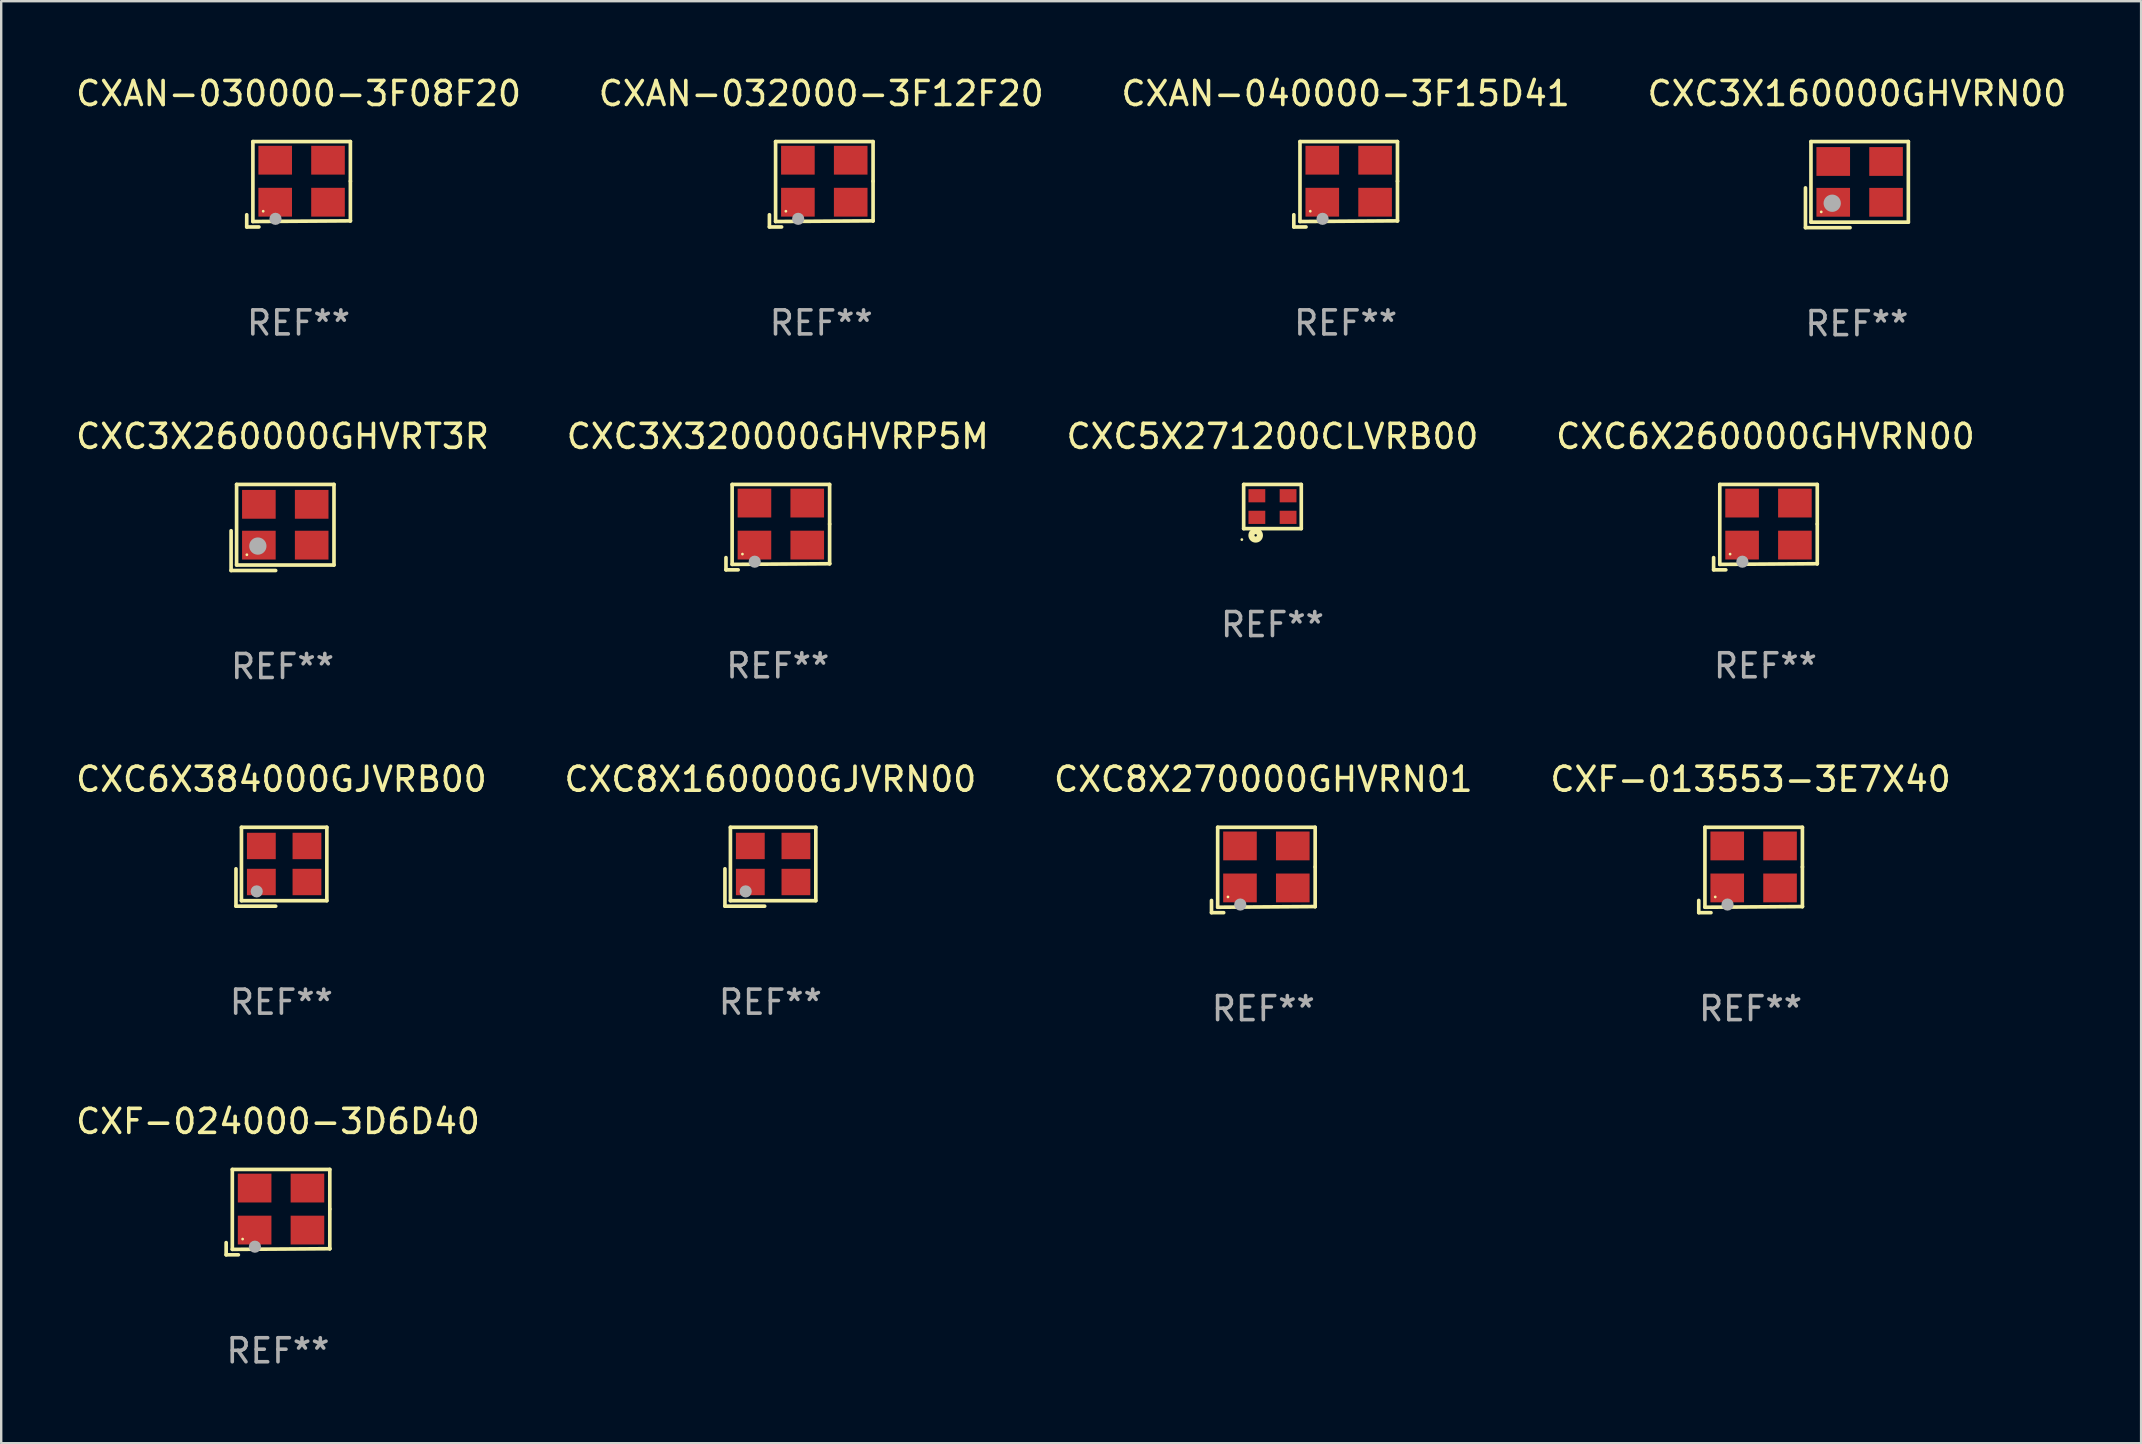
<source format=kicad_pcb>
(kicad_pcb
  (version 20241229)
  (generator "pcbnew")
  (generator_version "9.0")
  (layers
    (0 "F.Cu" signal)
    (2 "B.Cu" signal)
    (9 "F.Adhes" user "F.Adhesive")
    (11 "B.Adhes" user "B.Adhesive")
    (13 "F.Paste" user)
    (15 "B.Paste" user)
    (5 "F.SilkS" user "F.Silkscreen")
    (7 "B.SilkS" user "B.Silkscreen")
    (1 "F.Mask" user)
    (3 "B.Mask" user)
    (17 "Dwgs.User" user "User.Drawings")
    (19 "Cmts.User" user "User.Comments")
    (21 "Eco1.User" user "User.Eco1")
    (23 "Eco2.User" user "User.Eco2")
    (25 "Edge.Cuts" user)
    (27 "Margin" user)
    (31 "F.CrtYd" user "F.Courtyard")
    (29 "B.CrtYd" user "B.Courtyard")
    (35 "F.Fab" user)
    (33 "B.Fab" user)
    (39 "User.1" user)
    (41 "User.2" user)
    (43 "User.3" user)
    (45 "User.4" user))
  (footprint "CXF-024000-3D6D40"
    (layer "F.Cu")
    (at 8.53 47.444)
    (property "Reference" "CXF-024000-3D6D40" (at 0 -3.778 0) (layer "F.SilkS") (effects (font (size 1 1) (thickness 0.15))))
    (attr through_hole)
    (fp_line (start -2.159 1.27) (end -2.159 1.778) (stroke (width 0.152) (type solid)) (layer "F.SilkS"))
    (fp_line (start -2.159 1.778) (end -1.651 1.778) (stroke (width 0.152) (type solid)) (layer "F.SilkS"))
    (fp_line (start -1.902 -1.778) (end 2.159 -1.778) (stroke (width 0.152) (type solid)) (layer "F.SilkS"))
    (fp_line (start -1.902 1.552) (end -1.902 -1.778) (stroke (width 0.152) (type solid)) (layer "F.SilkS"))
    (fp_line (start 2.159 -1.778) (end 2.159 -0.127) (stroke (width 0.152) (type solid)) (layer "F.SilkS"))
    (fp_line (start 2.159 -0.127) (end 2.159 1.524) (stroke (width 0.152) (type solid)) (layer "F.SilkS"))
    (fp_line (start 2.159 1.524) (end -1.902 1.552) (stroke (width 0.152) (type solid)) (layer "F.SilkS"))
    (fp_line (start 2.159 1.524) (end 2.159 1.524) (stroke (width 0.152) (type solid)) (layer "F.SilkS"))
    (fp_circle (center -1.473 1.123) (end -1.443 1.123) (stroke (width 0.06) (type solid)) (fill no) (layer "F.SilkS"))
    (fp_circle (center -0.961 1.44) (end -0.834 1.44) (stroke (width 0.254) (type solid)) (fill no) (layer "F.Fab"))
    (fp_text user "REF**" (at 0 5.778 0) (layer "F.Fab") (effects (font (size 1 1) (thickness 0.15))))
    (pad "1" smd rect (at -0.973 0.748) (size 1.4 1.2) (layers "F.Cu" "F.Mask" "F.Paste"))
    (pad "2" smd rect (at 1.227 0.748) (size 1.4 1.2) (layers "F.Cu" "F.Mask" "F.Paste"))
    (pad "3" smd rect (at 1.227 -1.002) (size 1.4 1.2) (layers "F.Cu" "F.Mask" "F.Paste"))
    (pad "4" smd rect (at -0.973 -1.002) (size 1.4 1.2) (layers "F.Cu" "F.Mask" "F.Paste")))
  (footprint "CXC3X320000GHVRP5M"
    (layer "F.Cu")
    (at 29.351 18.909)
    (property "Reference" "CXC3X320000GHVRP5M" (at 0 -3.778 0) (layer "F.SilkS") (effects (font (size 1 1) (thickness 0.15))))
    (attr through_hole)
    (fp_line (start -2.159 1.27) (end -2.159 1.778) (stroke (width 0.152) (type solid)) (layer "F.SilkS"))
    (fp_line (start -2.159 1.778) (end -1.651 1.778) (stroke (width 0.152) (type solid)) (layer "F.SilkS"))
    (fp_line (start -1.902 -1.778) (end 2.159 -1.778) (stroke (width 0.152) (type solid)) (layer "F.SilkS"))
    (fp_line (start -1.902 1.552) (end -1.902 -1.778) (stroke (width 0.152) (type solid)) (layer "F.SilkS"))
    (fp_line (start 2.159 -1.778) (end 2.159 -0.127) (stroke (width 0.152) (type solid)) (layer "F.SilkS"))
    (fp_line (start 2.159 -0.127) (end 2.159 1.524) (stroke (width 0.152) (type solid)) (layer "F.SilkS"))
    (fp_line (start 2.159 1.524) (end -1.902 1.552) (stroke (width 0.152) (type solid)) (layer "F.SilkS"))
    (fp_line (start 2.159 1.524) (end 2.159 1.524) (stroke (width 0.152) (type solid)) (layer "F.SilkS"))
    (fp_circle (center -1.473 1.123) (end -1.443 1.123) (stroke (width 0.06) (type solid)) (fill no) (layer "F.SilkS"))
    (fp_circle (center -0.961 1.44) (end -0.834 1.44) (stroke (width 0.254) (type solid)) (fill no) (layer "F.Fab"))
    (fp_text user "REF**" (at 0 5.778 0) (layer "F.Fab") (effects (font (size 1 1) (thickness 0.15))))
    (pad "1" smd rect (at -0.973 0.748) (size 1.4 1.2) (layers "F.Cu" "F.Mask" "F.Paste"))
    (pad "2" smd rect (at 1.227 0.748) (size 1.4 1.2) (layers "F.Cu" "F.Mask" "F.Paste"))
    (pad "3" smd rect (at 1.227 -1.002) (size 1.4 1.2) (layers "F.Cu" "F.Mask" "F.Paste"))
    (pad "4" smd rect (at -0.973 -1.002) (size 1.4 1.2) (layers "F.Cu" "F.Mask" "F.Paste")))
  (footprint "CXF-013553-3E7X40"
    (layer "F.Cu")
    (at 69.875 33.191)
    (property "Reference" "CXF-013553-3E7X40" (at 0 -3.778 0) (layer "F.SilkS") (effects (font (size 1 1) (thickness 0.15))))
    (attr through_hole)
    (fp_line (start -2.159 1.27) (end -2.159 1.778) (stroke (width 0.152) (type solid)) (layer "F.SilkS"))
    (fp_line (start -2.159 1.778) (end -1.651 1.778) (stroke (width 0.152) (type solid)) (layer "F.SilkS"))
    (fp_line (start -1.902 -1.778) (end 2.159 -1.778) (stroke (width 0.152) (type solid)) (layer "F.SilkS"))
    (fp_line (start -1.902 1.552) (end -1.902 -1.778) (stroke (width 0.152) (type solid)) (layer "F.SilkS"))
    (fp_line (start 2.159 -1.778) (end 2.159 -0.127) (stroke (width 0.152) (type solid)) (layer "F.SilkS"))
    (fp_line (start 2.159 -0.127) (end 2.159 1.524) (stroke (width 0.152) (type solid)) (layer "F.SilkS"))
    (fp_line (start 2.159 1.524) (end -1.902 1.552) (stroke (width 0.152) (type solid)) (layer "F.SilkS"))
    (fp_line (start 2.159 1.524) (end 2.159 1.524) (stroke (width 0.152) (type solid)) (layer "F.SilkS"))
    (fp_circle (center -1.473 1.123) (end -1.443 1.123) (stroke (width 0.06) (type solid)) (fill no) (layer "F.SilkS"))
    (fp_circle (center -0.961 1.44) (end -0.834 1.44) (stroke (width 0.254) (type solid)) (fill no) (layer "F.Fab"))
    (fp_text user "REF**" (at 0 5.778 0) (layer "F.Fab") (effects (font (size 1 1) (thickness 0.15))))
    (pad "1" smd rect (at -0.973 0.748) (size 1.4 1.2) (layers "F.Cu" "F.Mask" "F.Paste"))
    (pad "2" smd rect (at 1.227 0.748) (size 1.4 1.2) (layers "F.Cu" "F.Mask" "F.Paste"))
    (pad "3" smd rect (at 1.227 -1.002) (size 1.4 1.2) (layers "F.Cu" "F.Mask" "F.Paste"))
    (pad "4" smd rect (at -0.973 -1.002) (size 1.4 1.2) (layers "F.Cu" "F.Mask" "F.Paste")))
  (footprint "CXC3X260000GHVRT3R"
    (layer "F.Cu")
    (at 8.72 18.923)
    (property "Reference" "CXC3X260000GHVRT3R" (at 0 -3.793 0) (layer "F.SilkS") (effects (font (size 1 1) (thickness 0.15))))
    (attr through_hole)
    (fp_line (start -2.143 0.136) (end -2.143 1.793) (stroke (width 0.152) (type solid)) (layer "F.SilkS"))
    (fp_line (start -2.143 1.793) (end -0.286 1.793) (stroke (width 0.152) (type solid)) (layer "F.SilkS"))
    (fp_line (start -1.914 -1.793) (end 2.143 -1.793) (stroke (width 0.152) (type solid)) (layer "F.SilkS"))
    (fp_line (start -1.914 1.564) (end -1.914 -1.793) (stroke (width 0.152) (type solid)) (layer "F.SilkS"))
    (fp_line (start 2.143 -1.793) (end 2.143 1.564) (stroke (width 0.152) (type solid)) (layer "F.SilkS"))
    (fp_line (start 2.143 1.564) (end -1.914 1.564) (stroke (width 0.152) (type solid)) (layer "F.SilkS"))
    (fp_circle (center -1.486 1.136) (end -1.456 1.136) (stroke (width 0.06) (type solid)) (fill no) (layer "F.SilkS"))
    (fp_circle (center -1.029 0.775) (end -0.849 0.775) (stroke (width 0.36) (type solid)) (fill no) (layer "F.Fab"))
    (fp_text user "REF**" (at 0 5.793 0) (layer "F.Fab") (effects (font (size 1 1) (thickness 0.15))))
    (pad "1" smd rect (at -0.986 0.736) (size 1.4 1.2) (layers "F.Cu" "F.Mask" "F.Paste"))
    (pad "2" smd rect (at 1.214 0.736) (size 1.4 1.2) (layers "F.Cu" "F.Mask" "F.Paste"))
    (pad "3" smd rect (at 1.214 -0.964) (size 1.4 1.2) (layers "F.Cu" "F.Mask" "F.Paste"))
    (pad "4" smd rect (at -0.986 -0.964) (size 1.4 1.2) (layers "F.Cu" "F.Mask" "F.Paste")))
  (footprint "CXC3X160000GHVRN00"
    (layer "F.Cu")
    (at 74.304 4.641)
    (property "Reference" "CXC3X160000GHVRN00" (at 0 -3.793 0) (layer "F.SilkS") (effects (font (size 1 1) (thickness 0.15))))
    (attr through_hole)
    (fp_line (start -2.143 0.136) (end -2.143 1.793) (stroke (width 0.152) (type solid)) (layer "F.SilkS"))
    (fp_line (start -2.143 1.793) (end -0.286 1.793) (stroke (width 0.152) (type solid)) (layer "F.SilkS"))
    (fp_line (start -1.914 -1.793) (end 2.143 -1.793) (stroke (width 0.152) (type solid)) (layer "F.SilkS"))
    (fp_line (start -1.914 1.564) (end -1.914 -1.793) (stroke (width 0.152) (type solid)) (layer "F.SilkS"))
    (fp_line (start 2.143 -1.793) (end 2.143 1.564) (stroke (width 0.152) (type solid)) (layer "F.SilkS"))
    (fp_line (start 2.143 1.564) (end -1.914 1.564) (stroke (width 0.152) (type solid)) (layer "F.SilkS"))
    (fp_circle (center -1.486 1.136) (end -1.456 1.136) (stroke (width 0.06) (type solid)) (fill no) (layer "F.SilkS"))
    (fp_circle (center -1.029 0.775) (end -0.849 0.775) (stroke (width 0.36) (type solid)) (fill no) (layer "F.Fab"))
    (fp_text user "REF**" (at 0 5.793 0) (layer "F.Fab") (effects (font (size 1 1) (thickness 0.15))))
    (pad "1" smd rect (at -0.986 0.736) (size 1.4 1.2) (layers "F.Cu" "F.Mask" "F.Paste"))
    (pad "2" smd rect (at 1.214 0.736) (size 1.4 1.2) (layers "F.Cu" "F.Mask" "F.Paste"))
    (pad "3" smd rect (at 1.214 -0.964) (size 1.4 1.2) (layers "F.Cu" "F.Mask" "F.Paste"))
    (pad "4" smd rect (at -0.986 -0.964) (size 1.4 1.2) (layers "F.Cu" "F.Mask" "F.Paste")))
  (footprint "CXC5X271200CLVRB00"
    (layer "F.Cu")
    (at 49.958 18.051)
    (property "Reference" "CXC5X271200CLVRB00" (at 0 -2.92 0) (layer "F.SilkS") (effects (font (size 1 1) (thickness 0.15))))
    (attr through_hole)
    (fp_line (start -1.2 -0.92) (end 1.2 -0.92) (stroke (width 0.152) (type solid)) (layer "F.SilkS"))
    (fp_line (start -1.2 0.92) (end -1.2 -0.92) (stroke (width 0.152) (type solid)) (layer "F.SilkS"))
    (fp_line (start 1.2 -0.92) (end 1.2 0.92) (stroke (width 0.152) (type solid)) (layer "F.SilkS"))
    (fp_line (start 1.2 0.92) (end -1.2 0.92) (stroke (width 0.152) (type solid)) (layer "F.SilkS"))
    (fp_circle (center -1.276 1.377) (end -1.246 1.377) (stroke (width 0.06) (type solid)) (fill no) (layer "F.SilkS"))
    (fp_circle (center -0.7 1.2) (end -0.65 1.2) (stroke (width 0.254) (type solid)) (fill no) (layer "F.SilkS"))
    (fp_text user "REF**" (at 0 4.92 0) (layer "F.Fab") (effects (font (size 1 1) (thickness 0.15))))
    (pad "1" smd rect (at -0.65 0.45) (size 0.7 0.55) (layers "F.Cu" "F.Mask" "F.Paste"))
    (pad "2" smd rect (at 0.65 0.45) (size 0.7 0.55) (layers "F.Cu" "F.Mask" "F.Paste"))
    (pad "3" smd rect (at 0.65 -0.45) (size 0.7 0.55) (layers "F.Cu" "F.Mask" "F.Paste"))
    (pad "4" smd rect (at -0.65 -0.45) (size 0.7 0.55) (layers "F.Cu" "F.Mask" "F.Paste")))
  (footprint "CXAN-040000-3F15D41"
    (layer "F.Cu")
    (at 53.006 4.626)
    (property "Reference" "CXAN-040000-3F15D41" (at 0 -3.778 0) (layer "F.SilkS") (effects (font (size 1 1) (thickness 0.15))))
    (attr through_hole)
    (fp_line (start -2.159 1.27) (end -2.159 1.778) (stroke (width 0.152) (type solid)) (layer "F.SilkS"))
    (fp_line (start -2.159 1.778) (end -1.651 1.778) (stroke (width 0.152) (type solid)) (layer "F.SilkS"))
    (fp_line (start -1.902 -1.778) (end 2.159 -1.778) (stroke (width 0.152) (type solid)) (layer "F.SilkS"))
    (fp_line (start -1.902 1.552) (end -1.902 -1.778) (stroke (width 0.152) (type solid)) (layer "F.SilkS"))
    (fp_line (start 2.159 -1.778) (end 2.159 -0.127) (stroke (width 0.152) (type solid)) (layer "F.SilkS"))
    (fp_line (start 2.159 -0.127) (end 2.159 1.524) (stroke (width 0.152) (type solid)) (layer "F.SilkS"))
    (fp_line (start 2.159 1.524) (end -1.902 1.552) (stroke (width 0.152) (type solid)) (layer "F.SilkS"))
    (fp_line (start 2.159 1.524) (end 2.159 1.524) (stroke (width 0.152) (type solid)) (layer "F.SilkS"))
    (fp_circle (center -1.473 1.123) (end -1.443 1.123) (stroke (width 0.06) (type solid)) (fill no) (layer "F.SilkS"))
    (fp_circle (center -0.961 1.44) (end -0.834 1.44) (stroke (width 0.254) (type solid)) (fill no) (layer "F.Fab"))
    (fp_text user "REF**" (at 0 5.778 0) (layer "F.Fab") (effects (font (size 1 1) (thickness 0.15))))
    (pad "1" smd rect (at -0.973 0.748) (size 1.4 1.2) (layers "F.Cu" "F.Mask" "F.Paste"))
    (pad "2" smd rect (at 1.227 0.748) (size 1.4 1.2) (layers "F.Cu" "F.Mask" "F.Paste"))
    (pad "3" smd rect (at 1.227 -1.002) (size 1.4 1.2) (layers "F.Cu" "F.Mask" "F.Paste"))
    (pad "4" smd rect (at -0.973 -1.002) (size 1.4 1.2) (layers "F.Cu" "F.Mask" "F.Paste")))
  (footprint "CXAN-032000-3F12F20"
    (layer "F.Cu")
    (at 31.161 4.626)
    (property "Reference" "CXAN-032000-3F12F20" (at 0 -3.778 0) (layer "F.SilkS") (effects (font (size 1 1) (thickness 0.15))))
    (attr through_hole)
    (fp_line (start -2.159 1.27) (end -2.159 1.778) (stroke (width 0.152) (type solid)) (layer "F.SilkS"))
    (fp_line (start -2.159 1.778) (end -1.651 1.778) (stroke (width 0.152) (type solid)) (layer "F.SilkS"))
    (fp_line (start -1.902 -1.778) (end 2.159 -1.778) (stroke (width 0.152) (type solid)) (layer "F.SilkS"))
    (fp_line (start -1.902 1.552) (end -1.902 -1.778) (stroke (width 0.152) (type solid)) (layer "F.SilkS"))
    (fp_line (start 2.159 -1.778) (end 2.159 -0.127) (stroke (width 0.152) (type solid)) (layer "F.SilkS"))
    (fp_line (start 2.159 -0.127) (end 2.159 1.524) (stroke (width 0.152) (type solid)) (layer "F.SilkS"))
    (fp_line (start 2.159 1.524) (end -1.902 1.552) (stroke (width 0.152) (type solid)) (layer "F.SilkS"))
    (fp_line (start 2.159 1.524) (end 2.159 1.524) (stroke (width 0.152) (type solid)) (layer "F.SilkS"))
    (fp_circle (center -1.473 1.123) (end -1.443 1.123) (stroke (width 0.06) (type solid)) (fill no) (layer "F.SilkS"))
    (fp_circle (center -0.961 1.44) (end -0.834 1.44) (stroke (width 0.254) (type solid)) (fill no) (layer "F.Fab"))
    (fp_text user "REF**" (at 0 5.778 0) (layer "F.Fab") (effects (font (size 1 1) (thickness 0.15))))
    (pad "1" smd rect (at -0.973 0.748) (size 1.4 1.2) (layers "F.Cu" "F.Mask" "F.Paste"))
    (pad "2" smd rect (at 1.227 0.748) (size 1.4 1.2) (layers "F.Cu" "F.Mask" "F.Paste"))
    (pad "3" smd rect (at 1.227 -1.002) (size 1.4 1.2) (layers "F.Cu" "F.Mask" "F.Paste"))
    (pad "4" smd rect (at -0.973 -1.002) (size 1.4 1.2) (layers "F.Cu" "F.Mask" "F.Paste")))
  (footprint "CXAN-030000-3F08F20"
    (layer "F.Cu")
    (at 9.387 4.626)
    (property "Reference" "CXAN-030000-3F08F20" (at 0 -3.778 0) (layer "F.SilkS") (effects (font (size 1 1) (thickness 0.15))))
    (attr through_hole)
    (fp_line (start -2.159 1.27) (end -2.159 1.778) (stroke (width 0.152) (type solid)) (layer "F.SilkS"))
    (fp_line (start -2.159 1.778) (end -1.651 1.778) (stroke (width 0.152) (type solid)) (layer "F.SilkS"))
    (fp_line (start -1.902 -1.778) (end 2.159 -1.778) (stroke (width 0.152) (type solid)) (layer "F.SilkS"))
    (fp_line (start -1.902 1.552) (end -1.902 -1.778) (stroke (width 0.152) (type solid)) (layer "F.SilkS"))
    (fp_line (start 2.159 -1.778) (end 2.159 -0.127) (stroke (width 0.152) (type solid)) (layer "F.SilkS"))
    (fp_line (start 2.159 -0.127) (end 2.159 1.524) (stroke (width 0.152) (type solid)) (layer "F.SilkS"))
    (fp_line (start 2.159 1.524) (end -1.902 1.552) (stroke (width 0.152) (type solid)) (layer "F.SilkS"))
    (fp_line (start 2.159 1.524) (end 2.159 1.524) (stroke (width 0.152) (type solid)) (layer "F.SilkS"))
    (fp_circle (center -1.473 1.123) (end -1.443 1.123) (stroke (width 0.06) (type solid)) (fill no) (layer "F.SilkS"))
    (fp_circle (center -0.961 1.44) (end -0.834 1.44) (stroke (width 0.254) (type solid)) (fill no) (layer "F.Fab"))
    (fp_text user "REF**" (at 0 5.778 0) (layer "F.Fab") (effects (font (size 1 1) (thickness 0.15))))
    (pad "1" smd rect (at -0.973 0.748) (size 1.4 1.2) (layers "F.Cu" "F.Mask" "F.Paste"))
    (pad "2" smd rect (at 1.227 0.748) (size 1.4 1.2) (layers "F.Cu" "F.Mask" "F.Paste"))
    (pad "3" smd rect (at 1.227 -1.002) (size 1.4 1.2) (layers "F.Cu" "F.Mask" "F.Paste"))
    (pad "4" smd rect (at -0.973 -1.002) (size 1.4 1.2) (layers "F.Cu" "F.Mask" "F.Paste")))
  (footprint "CXC6X384000GJVRB00"
    (layer "F.Cu")
    (at 8.673 33.056)
    (property "Reference" "CXC6X384000GJVRB00" (at 0 -3.643 0) (layer "F.SilkS") (effects (font (size 1 1) (thickness 0.15))))
    (attr through_hole)
    (fp_line (start -1.893 0.086) (end -1.893 1.643) (stroke (width 0.152) (type solid)) (layer "F.SilkS"))
    (fp_line (start -1.893 1.643) (end -0.237 1.643) (stroke (width 0.152) (type solid)) (layer "F.SilkS"))
    (fp_line (start -1.665 -1.643) (end 1.893 -1.643) (stroke (width 0.152) (type solid)) (layer "F.SilkS"))
    (fp_line (start -1.665 1.414) (end -1.665 -1.643) (stroke (width 0.152) (type solid)) (layer "F.SilkS"))
    (fp_line (start 1.893 -1.643) (end 1.893 1.414) (stroke (width 0.152) (type solid)) (layer "F.SilkS"))
    (fp_line (start 1.893 1.414) (end -1.665 1.414) (stroke (width 0.152) (type solid)) (layer "F.SilkS"))
    (fp_circle (center -1.136 0.885) (end -1.106 0.885) (stroke (width 0.06) (type solid)) (fill no) (layer "F.SilkS"))
    (fp_circle (center -1.029 1.028) (end -0.902 1.028) (stroke (width 0.254) (type solid)) (fill no) (layer "F.Fab"))
    (fp_text user "REF**" (at 0 5.643 0) (layer "F.Fab") (effects (font (size 1 1) (thickness 0.15))))
    (pad "1" smd rect (at -0.836 0.636) (size 1.2 1.1) (layers "F.Cu" "F.Mask" "F.Paste"))
    (pad "2" smd rect (at 1.064 0.636) (size 1.2 1.1) (layers "F.Cu" "F.Mask" "F.Paste"))
    (pad "3" smd rect (at 1.064 -0.865) (size 1.2 1.1) (layers "F.Cu" "F.Mask" "F.Paste"))
    (pad "4" smd rect (at -0.836 -0.865) (size 1.2 1.1) (layers "F.Cu" "F.Mask" "F.Paste")))
  (footprint "CXC6X260000GHVRN00"
    (layer "F.Cu")
    (at 70.494 18.909)
    (property "Reference" "CXC6X260000GHVRN00" (at 0 -3.778 0) (layer "F.SilkS") (effects (font (size 1 1) (thickness 0.15))))
    (attr through_hole)
    (fp_line (start -2.159 1.27) (end -2.159 1.778) (stroke (width 0.152) (type solid)) (layer "F.SilkS"))
    (fp_line (start -2.159 1.778) (end -1.651 1.778) (stroke (width 0.152) (type solid)) (layer "F.SilkS"))
    (fp_line (start -1.902 -1.778) (end 2.159 -1.778) (stroke (width 0.152) (type solid)) (layer "F.SilkS"))
    (fp_line (start -1.902 1.552) (end -1.902 -1.778) (stroke (width 0.152) (type solid)) (layer "F.SilkS"))
    (fp_line (start 2.159 -1.778) (end 2.159 -0.127) (stroke (width 0.152) (type solid)) (layer "F.SilkS"))
    (fp_line (start 2.159 -0.127) (end 2.159 1.524) (stroke (width 0.152) (type solid)) (layer "F.SilkS"))
    (fp_line (start 2.159 1.524) (end -1.902 1.552) (stroke (width 0.152) (type solid)) (layer "F.SilkS"))
    (fp_line (start 2.159 1.524) (end 2.159 1.524) (stroke (width 0.152) (type solid)) (layer "F.SilkS"))
    (fp_circle (center -1.473 1.123) (end -1.443 1.123) (stroke (width 0.06) (type solid)) (fill no) (layer "F.SilkS"))
    (fp_circle (center -0.961 1.44) (end -0.834 1.44) (stroke (width 0.254) (type solid)) (fill no) (layer "F.Fab"))
    (fp_text user "REF**" (at 0 5.778 0) (layer "F.Fab") (effects (font (size 1 1) (thickness 0.15))))
    (pad "1" smd rect (at -0.973 0.748) (size 1.4 1.2) (layers "F.Cu" "F.Mask" "F.Paste"))
    (pad "2" smd rect (at 1.227 0.748) (size 1.4 1.2) (layers "F.Cu" "F.Mask" "F.Paste"))
    (pad "3" smd rect (at 1.227 -1.002) (size 1.4 1.2) (layers "F.Cu" "F.Mask" "F.Paste"))
    (pad "4" smd rect (at -0.973 -1.002) (size 1.4 1.2) (layers "F.Cu" "F.Mask" "F.Paste")))
  (footprint "CXC8X270000GHVRN01"
    (layer "F.Cu")
    (at 49.577 33.191)
    (property "Reference" "CXC8X270000GHVRN01" (at 0 -3.778 0) (layer "F.SilkS") (effects (font (size 1 1) (thickness 0.15))))
    (attr through_hole)
    (fp_line (start -2.159 1.27) (end -2.159 1.778) (stroke (width 0.152) (type solid)) (layer "F.SilkS"))
    (fp_line (start -2.159 1.778) (end -1.651 1.778) (stroke (width 0.152) (type solid)) (layer "F.SilkS"))
    (fp_line (start -1.902 -1.778) (end 2.159 -1.778) (stroke (width 0.152) (type solid)) (layer "F.SilkS"))
    (fp_line (start -1.902 1.552) (end -1.902 -1.778) (stroke (width 0.152) (type solid)) (layer "F.SilkS"))
    (fp_line (start 2.159 -1.778) (end 2.159 -0.127) (stroke (width 0.152) (type solid)) (layer "F.SilkS"))
    (fp_line (start 2.159 -0.127) (end 2.159 1.524) (stroke (width 0.152) (type solid)) (layer "F.SilkS"))
    (fp_line (start 2.159 1.524) (end -1.902 1.552) (stroke (width 0.152) (type solid)) (layer "F.SilkS"))
    (fp_line (start 2.159 1.524) (end 2.159 1.524) (stroke (width 0.152) (type solid)) (layer "F.SilkS"))
    (fp_circle (center -1.473 1.123) (end -1.443 1.123) (stroke (width 0.06) (type solid)) (fill no) (layer "F.SilkS"))
    (fp_circle (center -0.961 1.44) (end -0.834 1.44) (stroke (width 0.254) (type solid)) (fill no) (layer "F.Fab"))
    (fp_text user "REF**" (at 0 5.778 0) (layer "F.Fab") (effects (font (size 1 1) (thickness 0.15))))
    (pad "1" smd rect (at -0.973 0.748) (size 1.4 1.2) (layers "F.Cu" "F.Mask" "F.Paste"))
    (pad "2" smd rect (at 1.227 0.748) (size 1.4 1.2) (layers "F.Cu" "F.Mask" "F.Paste"))
    (pad "3" smd rect (at 1.227 -1.002) (size 1.4 1.2) (layers "F.Cu" "F.Mask" "F.Paste"))
    (pad "4" smd rect (at -0.973 -1.002) (size 1.4 1.2) (layers "F.Cu" "F.Mask" "F.Paste")))
  (footprint "CXC8X160000GJVRN00"
    (layer "F.Cu")
    (at 29.042 33.056)
    (property "Reference" "CXC8X160000GJVRN00" (at 0 -3.643 0) (layer "F.SilkS") (effects (font (size 1 1) (thickness 0.15))))
    (attr through_hole)
    (fp_line (start -1.893 0.086) (end -1.893 1.643) (stroke (width 0.152) (type solid)) (layer "F.SilkS"))
    (fp_line (start -1.893 1.643) (end -0.237 1.643) (stroke (width 0.152) (type solid)) (layer "F.SilkS"))
    (fp_line (start -1.665 -1.643) (end 1.893 -1.643) (stroke (width 0.152) (type solid)) (layer "F.SilkS"))
    (fp_line (start -1.665 1.414) (end -1.665 -1.643) (stroke (width 0.152) (type solid)) (layer "F.SilkS"))
    (fp_line (start 1.893 -1.643) (end 1.893 1.414) (stroke (width 0.152) (type solid)) (layer "F.SilkS"))
    (fp_line (start 1.893 1.414) (end -1.665 1.414) (stroke (width 0.152) (type solid)) (layer "F.SilkS"))
    (fp_circle (center -1.136 0.885) (end -1.106 0.885) (stroke (width 0.06) (type solid)) (fill no) (layer "F.SilkS"))
    (fp_circle (center -1.029 1.028) (end -0.902 1.028) (stroke (width 0.254) (type solid)) (fill no) (layer "F.Fab"))
    (fp_text user "REF**" (at 0 5.643 0) (layer "F.Fab") (effects (font (size 1 1) (thickness 0.15))))
    (pad "1" smd rect (at -0.836 0.636) (size 1.2 1.1) (layers "F.Cu" "F.Mask" "F.Paste"))
    (pad "2" smd rect (at 1.064 0.636) (size 1.2 1.1) (layers "F.Cu" "F.Mask" "F.Paste"))
    (pad "3" smd rect (at 1.064 -0.865) (size 1.2 1.1) (layers "F.Cu" "F.Mask" "F.Paste"))
    (pad "4" smd rect (at -0.836 -0.865) (size 1.2 1.1) (layers "F.Cu" "F.Mask" "F.Paste")))
  (gr_rect
    (start -3 -3)
    (end 86.143 57.07)
    (stroke (width 0.1) (type default))
    (fill no)
    (layer "Edge.Cuts")))
</source>
